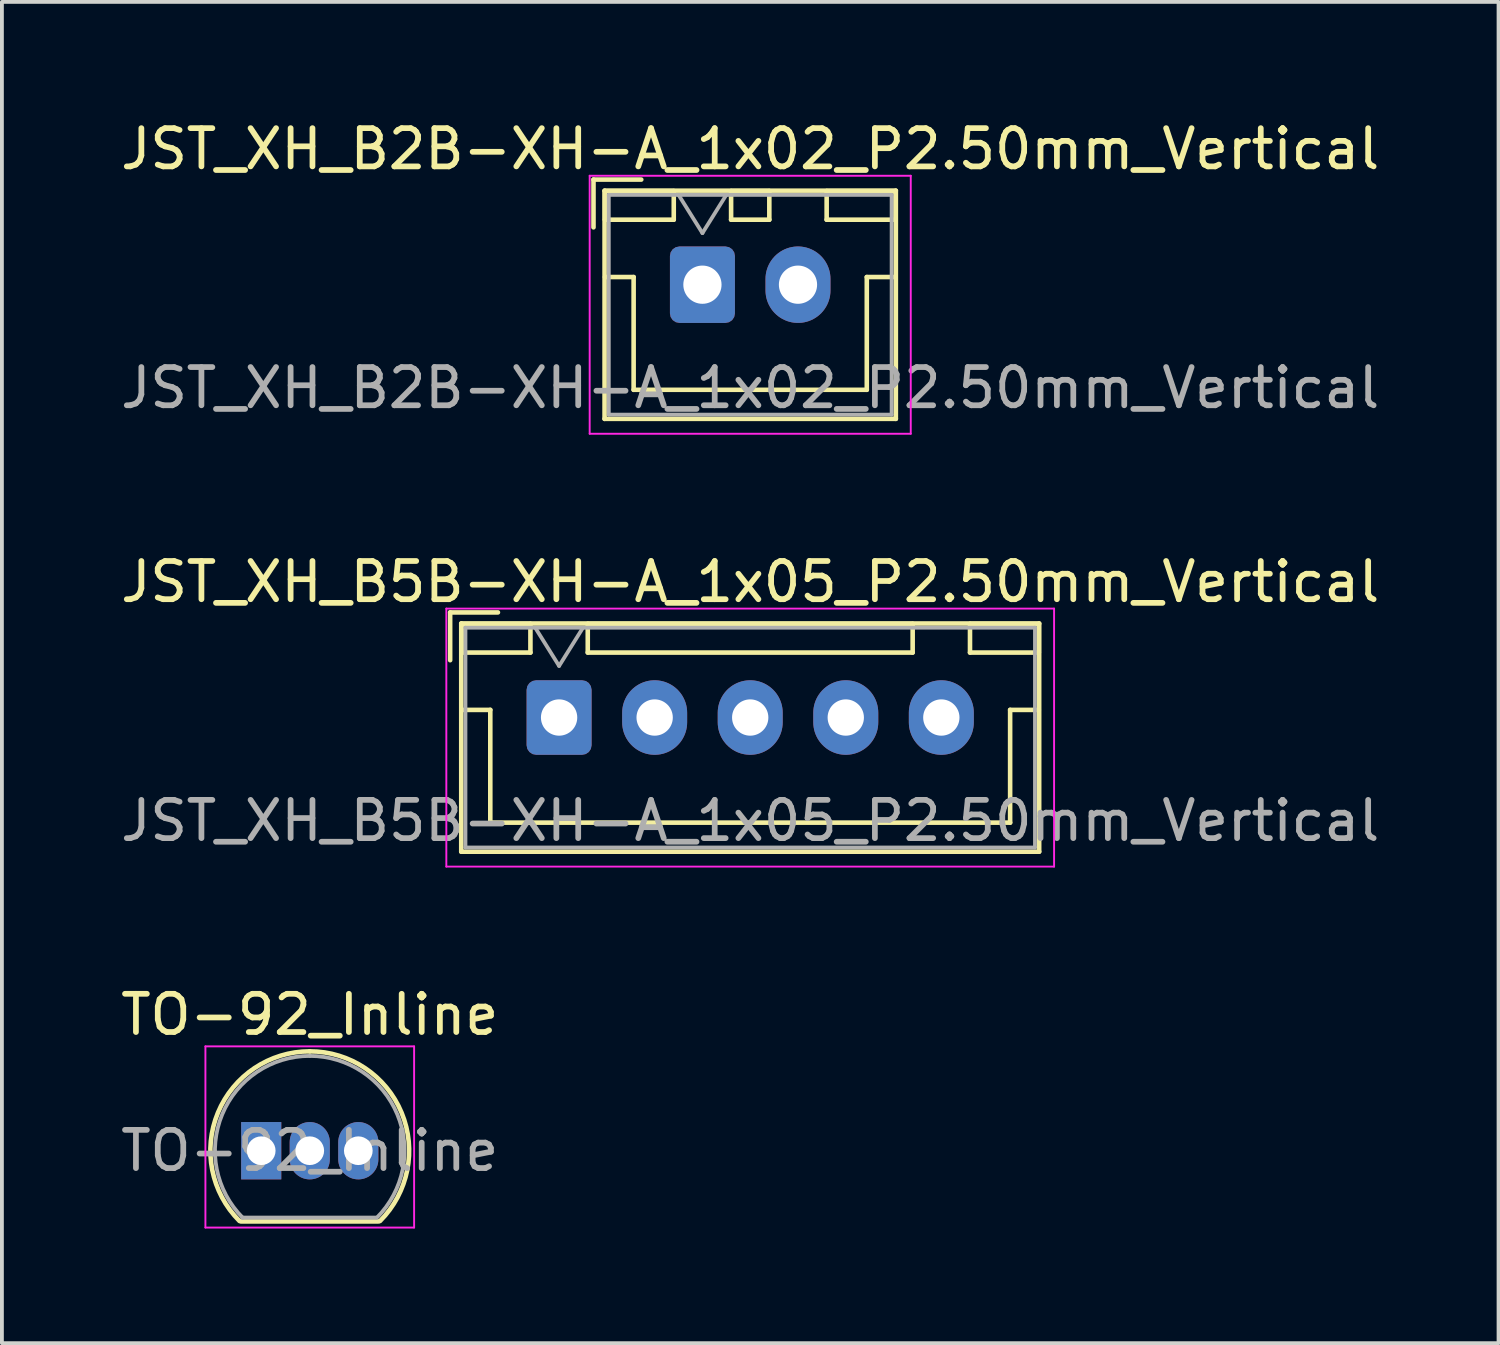
<source format=kicad_pcb>
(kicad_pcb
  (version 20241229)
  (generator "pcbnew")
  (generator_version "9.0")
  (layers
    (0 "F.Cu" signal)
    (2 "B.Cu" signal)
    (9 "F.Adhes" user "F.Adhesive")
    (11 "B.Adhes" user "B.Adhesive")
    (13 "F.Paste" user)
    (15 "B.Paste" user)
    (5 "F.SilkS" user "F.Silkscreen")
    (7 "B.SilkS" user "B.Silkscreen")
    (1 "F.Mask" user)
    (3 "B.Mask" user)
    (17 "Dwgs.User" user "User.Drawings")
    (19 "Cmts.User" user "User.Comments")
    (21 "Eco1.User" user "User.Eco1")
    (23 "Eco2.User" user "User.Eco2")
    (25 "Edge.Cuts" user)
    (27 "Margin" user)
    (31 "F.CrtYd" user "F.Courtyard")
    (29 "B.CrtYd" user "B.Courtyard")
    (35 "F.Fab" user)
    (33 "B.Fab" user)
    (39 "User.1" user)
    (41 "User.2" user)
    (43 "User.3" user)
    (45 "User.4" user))
  (footprint "JST_XH_B2B-XH-A_1x02_P2.50mm_Vertical"
    (layer "F.Cu")
    (at 15.327 4.398)
    (property "Reference" "JST_XH_B2B-XH-A_1x02_P2.50mm_Vertical" (at 1.25 -3.55 0) (layer "F.SilkS") (effects (font (size 1 1) (thickness 0.15))))
    (attr through_hole)
    (fp_line (start -2.85 -2.75) (end -2.85 -1.5) (stroke (width 0.12) (type solid)) (layer "F.SilkS"))
    (fp_line (start -2.56 -2.46) (end -2.56 3.51) (stroke (width 0.12) (type solid)) (layer "F.SilkS"))
    (fp_line (start -2.56 3.51) (end 5.06 3.51) (stroke (width 0.12) (type solid)) (layer "F.SilkS"))
    (fp_line (start -2.55 -2.45) (end -2.55 -1.7) (stroke (width 0.12) (type solid)) (layer "F.SilkS"))
    (fp_line (start -2.55 -1.7) (end -0.75 -1.7) (stroke (width 0.12) (type solid)) (layer "F.SilkS"))
    (fp_line (start -2.55 -0.2) (end -1.8 -0.2) (stroke (width 0.12) (type solid)) (layer "F.SilkS"))
    (fp_line (start -1.8 -0.2) (end -1.8 2.75) (stroke (width 0.12) (type solid)) (layer "F.SilkS"))
    (fp_line (start -1.8 2.75) (end 1.25 2.75) (stroke (width 0.12) (type solid)) (layer "F.SilkS"))
    (fp_line (start -1.6 -2.75) (end -2.85 -2.75) (stroke (width 0.12) (type solid)) (layer "F.SilkS"))
    (fp_line (start -0.75 -2.45) (end -2.55 -2.45) (stroke (width 0.12) (type solid)) (layer "F.SilkS"))
    (fp_line (start -0.75 -1.7) (end -0.75 -2.45) (stroke (width 0.12) (type solid)) (layer "F.SilkS"))
    (fp_line (start 0.75 -2.45) (end 0.75 -1.7) (stroke (width 0.12) (type solid)) (layer "F.SilkS"))
    (fp_line (start 0.75 -1.7) (end 1.75 -1.7) (stroke (width 0.12) (type solid)) (layer "F.SilkS"))
    (fp_line (start 1.75 -2.45) (end 0.75 -2.45) (stroke (width 0.12) (type solid)) (layer "F.SilkS"))
    (fp_line (start 1.75 -1.7) (end 1.75 -2.45) (stroke (width 0.12) (type solid)) (layer "F.SilkS"))
    (fp_line (start 3.25 -2.45) (end 3.25 -1.7) (stroke (width 0.12) (type solid)) (layer "F.SilkS"))
    (fp_line (start 3.25 -1.7) (end 5.05 -1.7) (stroke (width 0.12) (type solid)) (layer "F.SilkS"))
    (fp_line (start 4.3 -0.2) (end 4.3 2.75) (stroke (width 0.12) (type solid)) (layer "F.SilkS"))
    (fp_line (start 4.3 2.75) (end 1.25 2.75) (stroke (width 0.12) (type solid)) (layer "F.SilkS"))
    (fp_line (start 5.05 -2.45) (end 3.25 -2.45) (stroke (width 0.12) (type solid)) (layer "F.SilkS"))
    (fp_line (start 5.05 -1.7) (end 5.05 -2.45) (stroke (width 0.12) (type solid)) (layer "F.SilkS"))
    (fp_line (start 5.05 -0.2) (end 4.3 -0.2) (stroke (width 0.12) (type solid)) (layer "F.SilkS"))
    (fp_line (start 5.06 -2.46) (end -2.56 -2.46) (stroke (width 0.12) (type solid)) (layer "F.SilkS"))
    (fp_line (start 5.06 3.51) (end 5.06 -2.46) (stroke (width 0.12) (type solid)) (layer "F.SilkS"))
    (fp_line (start -2.95 -2.85) (end -2.95 3.9) (stroke (width 0.05) (type solid)) (layer "F.CrtYd"))
    (fp_line (start -2.95 3.9) (end 5.45 3.9) (stroke (width 0.05) (type solid)) (layer "F.CrtYd"))
    (fp_line (start 5.45 -2.85) (end -2.95 -2.85) (stroke (width 0.05) (type solid)) (layer "F.CrtYd"))
    (fp_line (start 5.45 3.9) (end 5.45 -2.85) (stroke (width 0.05) (type solid)) (layer "F.CrtYd"))
    (fp_line (start -2.45 -2.35) (end -2.45 3.4) (stroke (width 0.1) (type solid)) (layer "F.Fab"))
    (fp_line (start -2.45 3.4) (end 4.95 3.4) (stroke (width 0.1) (type solid)) (layer "F.Fab"))
    (fp_line (start -0.625 -2.35) (end 0 -1.35) (stroke (width 0.1) (type solid)) (layer "F.Fab"))
    (fp_line (start 0 -1.35) (end 0.625 -2.35) (stroke (width 0.1) (type solid)) (layer "F.Fab"))
    (fp_line (start 4.95 -2.35) (end -2.45 -2.35) (stroke (width 0.1) (type solid)) (layer "F.Fab"))
    (fp_line (start 4.95 3.4) (end 4.95 -2.35) (stroke (width 0.1) (type solid)) (layer "F.Fab"))
    (fp_text user "${REFERENCE}" (at 1.25 2.7 0) (layer "F.Fab") (effects (font (size 1 1) (thickness 0.15))))
    (pad "1" thru_hole roundrect (at 0 0) (size 1.7 2) (drill 1) (layers "*.Cu" "*.Mask") (roundrect_rratio 0.147))
    (pad "2" thru_hole oval (at 2.5 0) (size 1.7 2) (drill 1) (layers "*.Cu" "*.Mask")))
  (footprint "TO-92_Inline"
    (layer "F.Cu")
    (at 3.784 27.055)
    (property "Reference" "TO-92_Inline" (at 1.27 -3.56 0) (layer "F.SilkS") (effects (font (size 1 1) (thickness 0.15))))
    (attr through_hole)
    (fp_line (start -0.53 1.85) (end 3.07 1.85) (stroke (width 0.12) (type solid)) (layer "F.SilkS"))
    (fp_arc (start -0.568478 1.838478) (mid -1.132087 -0.994977) (end 1.27 -2.6) (stroke (width 0.12) (type solid)) (layer "F.SilkS"))
    (fp_arc (start 1.27 -2.6) (mid 3.672087 -0.994977) (end 3.108478 1.838478) (stroke (width 0.12) (type solid)) (layer "F.SilkS"))
    (fp_line (start -1.46 -2.73) (end -1.46 2.01) (stroke (width 0.05) (type solid)) (layer "F.CrtYd"))
    (fp_line (start -1.46 -2.73) (end 4 -2.73) (stroke (width 0.05) (type solid)) (layer "F.CrtYd"))
    (fp_line (start 4 2.01) (end -1.46 2.01) (stroke (width 0.05) (type solid)) (layer "F.CrtYd"))
    (fp_line (start 4 2.01) (end 4 -2.73) (stroke (width 0.05) (type solid)) (layer "F.CrtYd"))
    (fp_line (start -0.5 1.75) (end 3 1.75) (stroke (width 0.1) (type solid)) (layer "F.Fab"))
    (fp_arc (start -0.483625 1.753625) (mid -1.021221 -0.949055) (end 1.27 -2.48) (stroke (width 0.1) (type solid)) (layer "F.Fab"))
    (fp_arc (start 1.27 -2.48) (mid 3.561221 -0.949055) (end 3.023625 1.753625) (stroke (width 0.1) (type solid)) (layer "F.Fab"))
    (fp_text user "${REFERENCE}" (at 1.27 0 0) (layer "F.Fab") (effects (font (size 1 1) (thickness 0.15))))
    (pad "1" thru_hole rect (at 0 0) (size 1.05 1.5) (drill 0.75) (layers "*.Cu" "*.Mask"))
    (pad "2" thru_hole oval (at 1.27 0) (size 1.05 1.5) (drill 0.75) (layers "*.Cu" "*.Mask"))
    (pad "3" thru_hole oval (at 2.54 0) (size 1.05 1.5) (drill 0.75) (layers "*.Cu" "*.Mask")))
  (footprint "JST_XH_B5B-XH-A_1x05_P2.50mm_Vertical"
    (layer "F.Cu")
    (at 11.577 15.722)
    (property "Reference" "JST_XH_B5B-XH-A_1x05_P2.50mm_Vertical" (at 5 -3.55 0) (layer "F.SilkS") (effects (font (size 1 1) (thickness 0.15))))
    (attr through_hole)
    (fp_line (start -2.85 -2.75) (end -2.85 -1.5) (stroke (width 0.12) (type solid)) (layer "F.SilkS"))
    (fp_line (start -2.56 -2.46) (end -2.56 3.51) (stroke (width 0.12) (type solid)) (layer "F.SilkS"))
    (fp_line (start -2.56 3.51) (end 12.56 3.51) (stroke (width 0.12) (type solid)) (layer "F.SilkS"))
    (fp_line (start -2.55 -2.45) (end -2.55 -1.7) (stroke (width 0.12) (type solid)) (layer "F.SilkS"))
    (fp_line (start -2.55 -1.7) (end -0.75 -1.7) (stroke (width 0.12) (type solid)) (layer "F.SilkS"))
    (fp_line (start -2.55 -0.2) (end -1.8 -0.2) (stroke (width 0.12) (type solid)) (layer "F.SilkS"))
    (fp_line (start -1.8 -0.2) (end -1.8 2.75) (stroke (width 0.12) (type solid)) (layer "F.SilkS"))
    (fp_line (start -1.8 2.75) (end 5 2.75) (stroke (width 0.12) (type solid)) (layer "F.SilkS"))
    (fp_line (start -1.6 -2.75) (end -2.85 -2.75) (stroke (width 0.12) (type solid)) (layer "F.SilkS"))
    (fp_line (start -0.75 -2.45) (end -2.55 -2.45) (stroke (width 0.12) (type solid)) (layer "F.SilkS"))
    (fp_line (start -0.75 -1.7) (end -0.75 -2.45) (stroke (width 0.12) (type solid)) (layer "F.SilkS"))
    (fp_line (start 0.75 -2.45) (end 0.75 -1.7) (stroke (width 0.12) (type solid)) (layer "F.SilkS"))
    (fp_line (start 0.75 -1.7) (end 9.25 -1.7) (stroke (width 0.12) (type solid)) (layer "F.SilkS"))
    (fp_line (start 9.25 -2.45) (end 0.75 -2.45) (stroke (width 0.12) (type solid)) (layer "F.SilkS"))
    (fp_line (start 9.25 -1.7) (end 9.25 -2.45) (stroke (width 0.12) (type solid)) (layer "F.SilkS"))
    (fp_line (start 10.75 -2.45) (end 10.75 -1.7) (stroke (width 0.12) (type solid)) (layer "F.SilkS"))
    (fp_line (start 10.75 -1.7) (end 12.55 -1.7) (stroke (width 0.12) (type solid)) (layer "F.SilkS"))
    (fp_line (start 11.8 -0.2) (end 11.8 2.75) (stroke (width 0.12) (type solid)) (layer "F.SilkS"))
    (fp_line (start 11.8 2.75) (end 5 2.75) (stroke (width 0.12) (type solid)) (layer "F.SilkS"))
    (fp_line (start 12.55 -2.45) (end 10.75 -2.45) (stroke (width 0.12) (type solid)) (layer "F.SilkS"))
    (fp_line (start 12.55 -1.7) (end 12.55 -2.45) (stroke (width 0.12) (type solid)) (layer "F.SilkS"))
    (fp_line (start 12.55 -0.2) (end 11.8 -0.2) (stroke (width 0.12) (type solid)) (layer "F.SilkS"))
    (fp_line (start 12.56 -2.46) (end -2.56 -2.46) (stroke (width 0.12) (type solid)) (layer "F.SilkS"))
    (fp_line (start 12.56 3.51) (end 12.56 -2.46) (stroke (width 0.12) (type solid)) (layer "F.SilkS"))
    (fp_line (start -2.95 -2.85) (end -2.95 3.9) (stroke (width 0.05) (type solid)) (layer "F.CrtYd"))
    (fp_line (start -2.95 3.9) (end 12.95 3.9) (stroke (width 0.05) (type solid)) (layer "F.CrtYd"))
    (fp_line (start 12.95 -2.85) (end -2.95 -2.85) (stroke (width 0.05) (type solid)) (layer "F.CrtYd"))
    (fp_line (start 12.95 3.9) (end 12.95 -2.85) (stroke (width 0.05) (type solid)) (layer "F.CrtYd"))
    (fp_line (start -2.45 -2.35) (end -2.45 3.4) (stroke (width 0.1) (type solid)) (layer "F.Fab"))
    (fp_line (start -2.45 3.4) (end 12.45 3.4) (stroke (width 0.1) (type solid)) (layer "F.Fab"))
    (fp_line (start -0.625 -2.35) (end 0 -1.35) (stroke (width 0.1) (type solid)) (layer "F.Fab"))
    (fp_line (start 0 -1.35) (end 0.625 -2.35) (stroke (width 0.1) (type solid)) (layer "F.Fab"))
    (fp_line (start 12.45 -2.35) (end -2.45 -2.35) (stroke (width 0.1) (type solid)) (layer "F.Fab"))
    (fp_line (start 12.45 3.4) (end 12.45 -2.35) (stroke (width 0.1) (type solid)) (layer "F.Fab"))
    (fp_text user "${REFERENCE}" (at 5 2.7 0) (layer "F.Fab") (effects (font (size 1 1) (thickness 0.15))))
    (pad "1" thru_hole roundrect (at 0 0) (size 1.7 1.95) (drill 0.95) (layers "*.Cu" "*.Mask") (roundrect_rratio 0.147))
    (pad "2" thru_hole oval (at 2.5 0) (size 1.7 1.95) (drill 0.95) (layers "*.Cu" "*.Mask"))
    (pad "3" thru_hole oval (at 5 0) (size 1.7 1.95) (drill 0.95) (layers "*.Cu" "*.Mask"))
    (pad "4" thru_hole oval (at 7.5 0) (size 1.7 1.95) (drill 0.95) (layers "*.Cu" "*.Mask"))
    (pad "5" thru_hole oval (at 10 0) (size 1.7 1.95) (drill 0.95) (layers "*.Cu" "*.Mask")))
  (gr_rect
    (start -3 -3)
    (end 36.155 32.09)
    (stroke (width 0.1) (type default))
    (fill no)
    (layer "Edge.Cuts")))
</source>
